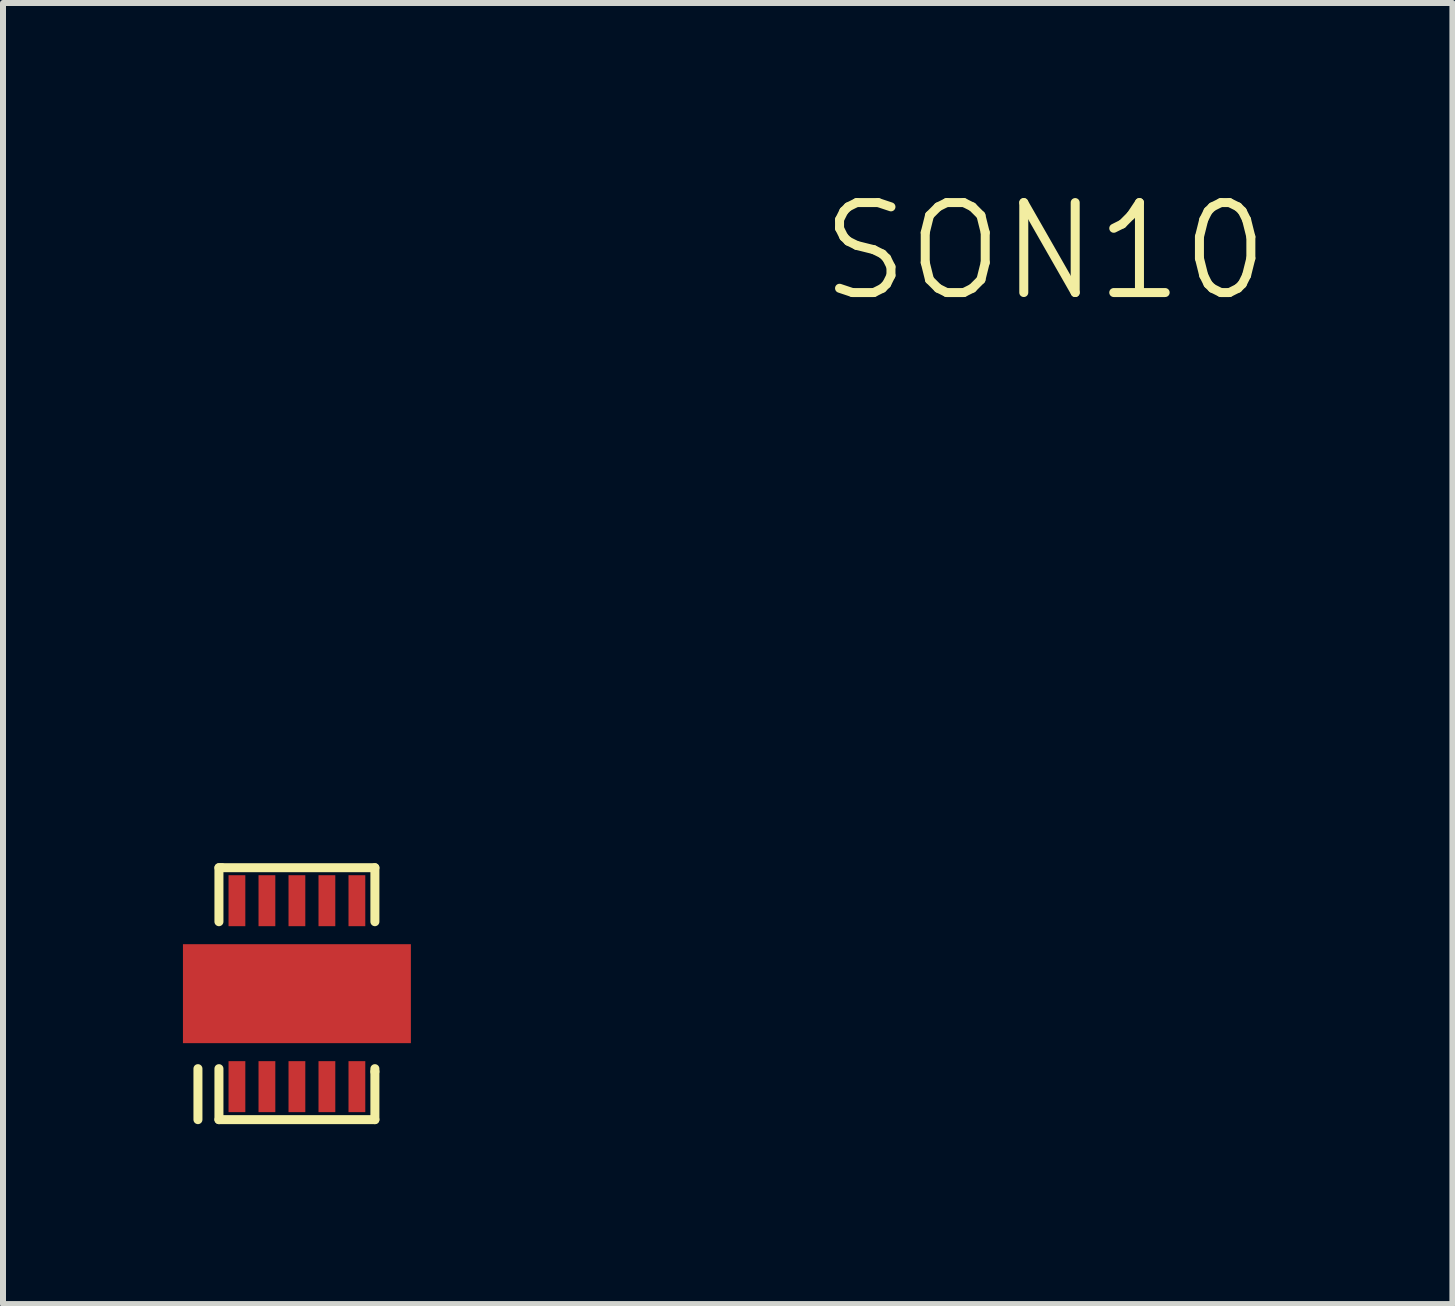
<source format=kicad_pcb>
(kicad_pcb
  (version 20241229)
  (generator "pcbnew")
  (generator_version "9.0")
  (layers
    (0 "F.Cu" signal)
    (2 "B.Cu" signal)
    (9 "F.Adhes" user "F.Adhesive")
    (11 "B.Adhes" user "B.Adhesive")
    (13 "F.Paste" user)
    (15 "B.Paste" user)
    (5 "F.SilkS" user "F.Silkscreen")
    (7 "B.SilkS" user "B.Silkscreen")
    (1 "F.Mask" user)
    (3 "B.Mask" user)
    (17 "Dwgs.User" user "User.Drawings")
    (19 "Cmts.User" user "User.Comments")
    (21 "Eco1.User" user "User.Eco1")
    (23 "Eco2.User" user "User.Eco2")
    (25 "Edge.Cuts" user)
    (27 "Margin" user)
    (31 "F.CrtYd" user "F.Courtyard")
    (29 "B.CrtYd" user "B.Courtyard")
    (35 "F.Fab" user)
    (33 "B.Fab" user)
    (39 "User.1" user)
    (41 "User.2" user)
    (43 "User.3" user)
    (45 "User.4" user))
  (footprint "SON10"
    (layer "F.Cu")
    (at 1.9 13.516)
    (property "Reference" "SON10" (at 12.475 -12.375 0) (layer "F.SilkS") (effects (font (size 1.5 1.5) (thickness 0.15))))
    (attr through_hole)
    (fp_line (start -1.65 1.25) (end -1.65 2.1) (stroke (width 0.15) (type solid)) (layer "F.SilkS"))
    (fp_line (start -1.3 -2.1) (end -1.3 -1.2) (stroke (width 0.15) (type solid)) (layer "F.SilkS"))
    (fp_line (start -1.3 1.25) (end -1.3 2.1) (stroke (width 0.15) (type solid)) (layer "F.SilkS"))
    (fp_line (start -1.3 2.1) (end 1.3 2.1) (stroke (width 0.15) (type solid)) (layer "F.SilkS"))
    (fp_line (start -1.25 -2.1) (end -1.3 -2.1) (stroke (width 0.15) (type solid)) (layer "F.SilkS"))
    (fp_line (start 1.3 -2.1) (end -1.25 -2.1) (stroke (width 0.15) (type solid)) (layer "F.SilkS"))
    (fp_line (start 1.3 -1.2) (end 1.3 -2.1) (stroke (width 0.15) (type solid)) (layer "F.SilkS"))
    (fp_line (start 1.3 1.3) (end 1.3 1.25) (stroke (width 0.15) (type solid)) (layer "F.SilkS"))
    (fp_line (start 1.3 2.1) (end 1.3 1.3) (stroke (width 0.15) (type solid)) (layer "F.SilkS"))
    (pad "" smd rect (at 0 0) (size 3.8 1.65) (layers "F.Cu" "F.Mask" "F.Paste"))
    (pad "1" smd rect (at -1 1.55) (size 0.28 0.85) (layers "F.Cu" "F.Mask" "F.Paste"))
    (pad "2" smd rect (at -0.5 1.55) (size 0.28 0.85) (layers "F.Cu" "F.Mask" "F.Paste"))
    (pad "3" smd rect (at 0 1.55) (size 0.28 0.85) (layers "F.Cu" "F.Mask" "F.Paste"))
    (pad "4" smd rect (at 0.5 1.55) (size 0.28 0.85) (layers "F.Cu" "F.Mask" "F.Paste"))
    (pad "5" smd rect (at 1 1.55) (size 0.28 0.85) (layers "F.Cu" "F.Mask" "F.Paste"))
    (pad "6" smd rect (at 1 -1.55) (size 0.28 0.85) (layers "F.Cu" "F.Mask" "F.Paste"))
    (pad "7" smd rect (at 0.5 -1.55) (size 0.28 0.85) (layers "F.Cu" "F.Mask" "F.Paste"))
    (pad "8" smd rect (at 0 -1.55) (size 0.28 0.85) (layers "F.Cu" "F.Mask" "F.Paste"))
    (pad "9" smd rect (at -0.5 -1.55) (size 0.28 0.85) (layers "F.Cu" "F.Mask" "F.Paste"))
    (pad "10" smd rect (at -1 -1.55) (size 0.28 0.85) (layers "F.Cu" "F.Mask" "F.Paste")))
  (gr_rect
    (start -3 -3)
    (end 21.164 18.691)
    (stroke (width 0.1) (type default))
    (fill no)
    (layer "Edge.Cuts")))
</source>
